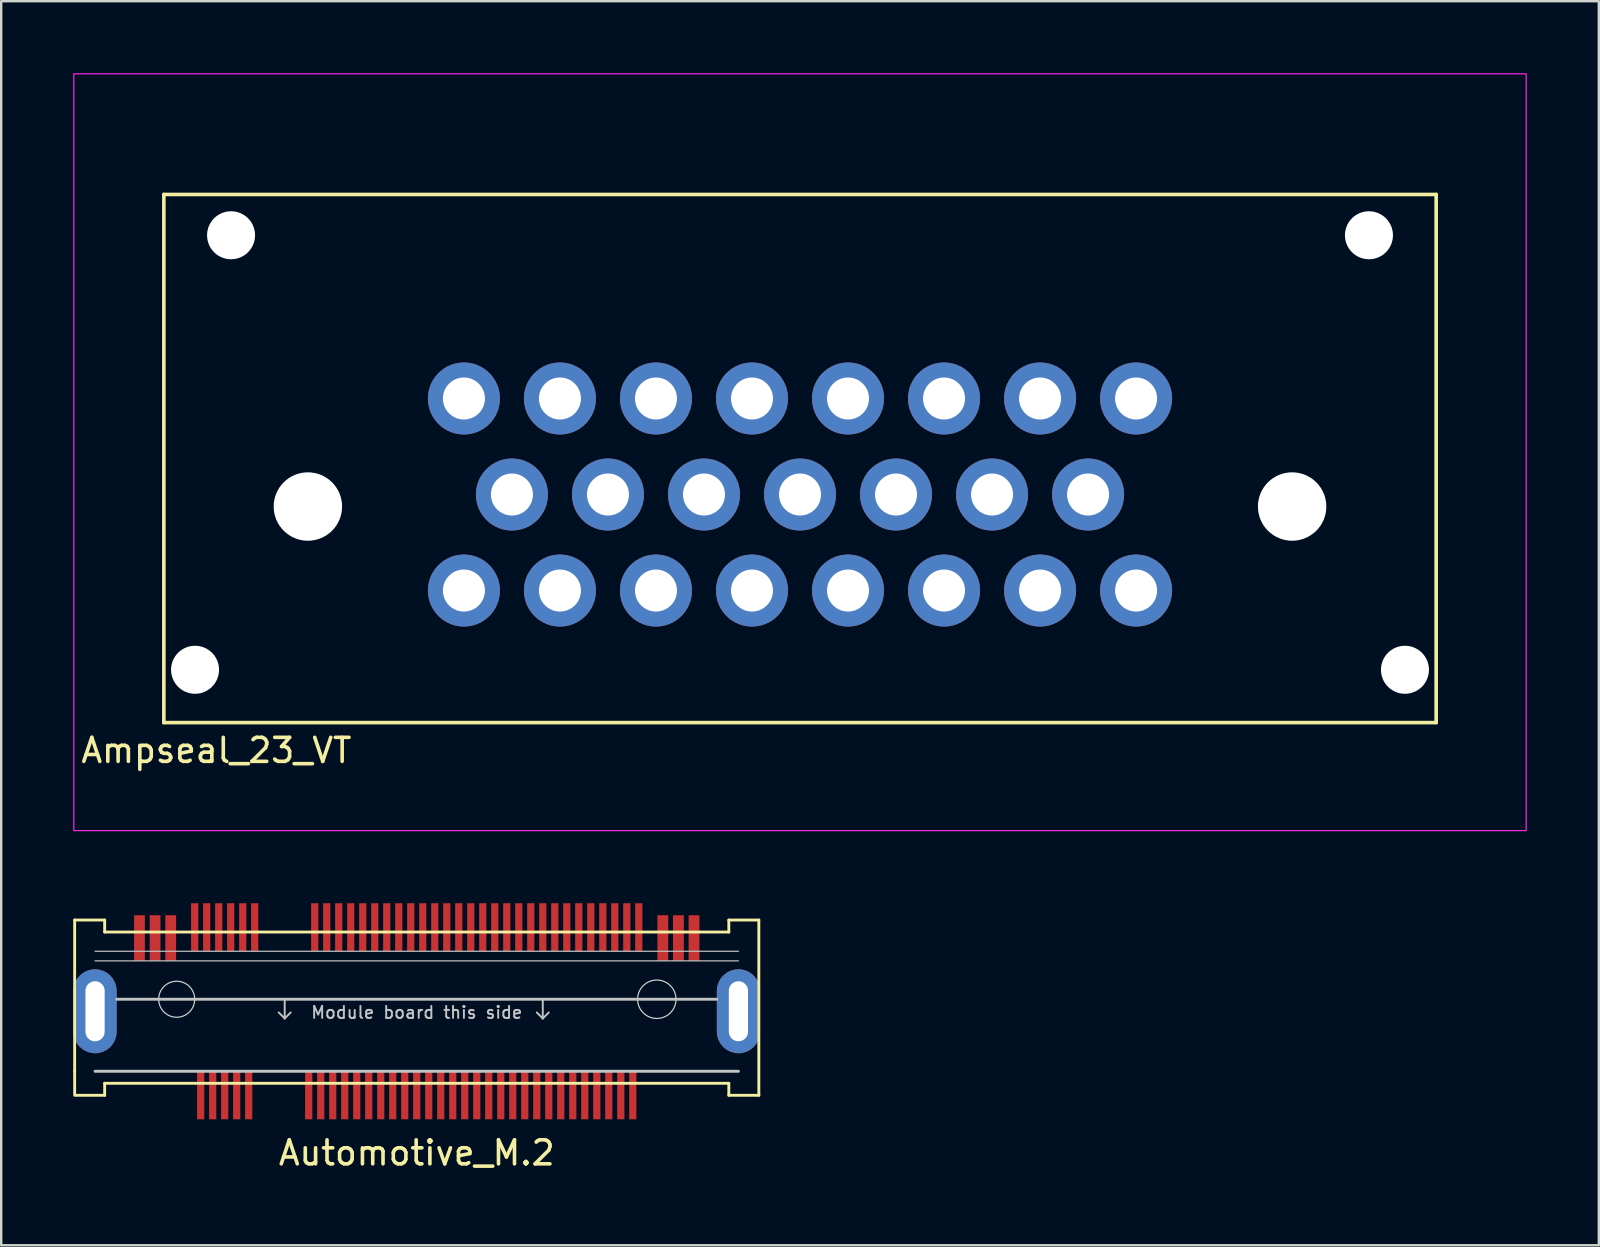
<source format=kicad_pcb>
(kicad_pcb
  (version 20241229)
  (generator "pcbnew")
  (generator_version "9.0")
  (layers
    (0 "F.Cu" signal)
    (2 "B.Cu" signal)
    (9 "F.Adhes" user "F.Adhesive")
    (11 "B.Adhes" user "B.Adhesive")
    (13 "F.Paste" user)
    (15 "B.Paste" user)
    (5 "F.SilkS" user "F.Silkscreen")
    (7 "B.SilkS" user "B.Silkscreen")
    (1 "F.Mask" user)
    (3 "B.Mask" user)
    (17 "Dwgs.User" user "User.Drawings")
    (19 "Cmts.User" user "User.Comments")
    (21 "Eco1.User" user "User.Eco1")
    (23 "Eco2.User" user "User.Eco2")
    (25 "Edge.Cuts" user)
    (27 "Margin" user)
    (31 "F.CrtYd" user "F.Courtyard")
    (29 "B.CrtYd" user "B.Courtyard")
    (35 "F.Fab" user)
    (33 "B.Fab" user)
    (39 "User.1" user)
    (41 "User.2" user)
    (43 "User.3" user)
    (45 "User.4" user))
  (footprint "Ampseal_23_VT"
    (layer "F.Cu")
    (at 30.275 17.55)
    (property "Reference" "Ampseal_23_VT" (at -24.31 10.66 0) (layer "F.SilkS") (effects (font (size 1 1) (thickness 0.15))))
    (attr through_hole)
    (fp_line (start -26.5 -12.5) (end 26.5 -12.5) (stroke (width 0.15) (type solid)) (layer "F.SilkS"))
    (fp_line (start -26.5 9.5) (end -26.5 -12.5) (stroke (width 0.15) (type solid)) (layer "F.SilkS"))
    (fp_line (start 26.5 -12.5) (end 26.5 9.5) (stroke (width 0.15) (type solid)) (layer "F.SilkS"))
    (fp_line (start 26.5 9.5) (end -26.5 9.5) (stroke (width 0.15) (type solid)) (layer "F.SilkS"))
    (fp_rect (start -30.25 -17.525) (end 30.25 14) (stroke (width 0.05) (type default)) (fill no) (layer "F.CrtYd"))
    (pad "" np_thru_hole circle (at -25.2 7.3) (size 2 2) (drill 2) (layers "*.Cu" "*.Mask"))
    (pad "" np_thru_hole circle (at -23.7 -10.8) (size 2 2) (drill 2) (layers "*.Cu" "*.Mask"))
    (pad "" np_thru_hole circle (at -20.5 0.5) (size 2.85 2.85) (drill 2.85) (layers "*.Cu" "*.Mask"))
    (pad "" np_thru_hole circle (at 20.5 0.5) (size 2.85 2.85) (drill 2.85) (layers "*.Cu" "*.Mask"))
    (pad "" np_thru_hole circle (at 23.7 -10.8) (size 2 2) (drill 2) (layers "*.Cu" "*.Mask"))
    (pad "" np_thru_hole circle (at 25.2 7.3) (size 2 2) (drill 2) (layers "*.Cu" "*.Mask"))
    (pad "1" thru_hole circle (at -14 -4) (size 3 3) (drill 1.75) (layers "*.Cu" "*.Mask"))
    (pad "2" thru_hole circle (at -10 -4) (size 3 3) (drill 1.75) (layers "*.Cu" "*.Mask"))
    (pad "3" thru_hole circle (at -6 -4) (size 3 3) (drill 1.75) (layers "*.Cu" "*.Mask"))
    (pad "4" thru_hole circle (at -2 -4) (size 3 3) (drill 1.75) (layers "*.Cu" "*.Mask"))
    (pad "5" thru_hole circle (at 2 -4) (size 3 3) (drill 1.75) (layers "*.Cu" "*.Mask"))
    (pad "6" thru_hole circle (at 6 -4) (size 3 3) (drill 1.75) (layers "*.Cu" "*.Mask"))
    (pad "7" thru_hole circle (at 10 -4) (size 3 3) (drill 1.75) (layers "*.Cu" "*.Mask"))
    (pad "8" thru_hole circle (at 14 -4) (size 3 3) (drill 1.75) (layers "*.Cu" "*.Mask"))
    (pad "9" thru_hole circle (at -12 0) (size 3 3) (drill 1.75) (layers "*.Cu" "*.Mask"))
    (pad "10" thru_hole circle (at -8 0) (size 3 3) (drill 1.75) (layers "*.Cu" "*.Mask"))
    (pad "11" thru_hole circle (at -4 0) (size 3 3) (drill 1.75) (layers "*.Cu" "*.Mask"))
    (pad "12" thru_hole circle (at 0 0 90) (size 3 3) (drill 1.75) (layers "*.Cu" "*.Mask"))
    (pad "13" thru_hole circle (at 4 0) (size 3 3) (drill 1.75) (layers "*.Cu" "*.Mask"))
    (pad "14" thru_hole circle (at 8 0) (size 3 3) (drill 1.75) (layers "*.Cu" "*.Mask"))
    (pad "15" thru_hole circle (at 12 0) (size 3 3) (drill 1.75) (layers "*.Cu" "*.Mask"))
    (pad "16" thru_hole circle (at -14 4) (size 3 3) (drill 1.75) (layers "*.Cu" "*.Mask"))
    (pad "17" thru_hole circle (at -10 4) (size 3 3) (drill 1.75) (layers "*.Cu" "*.Mask"))
    (pad "18" thru_hole circle (at -6 4) (size 3 3) (drill 1.75) (layers "*.Cu" "*.Mask"))
    (pad "19" thru_hole circle (at -2 4) (size 3 3) (drill 1.75) (layers "*.Cu" "*.Mask"))
    (pad "20" thru_hole circle (at 2 4) (size 3 3) (drill 1.75) (layers "*.Cu" "*.Mask"))
    (pad "21" thru_hole circle (at 6 4) (size 3 3) (drill 1.75) (layers "*.Cu" "*.Mask"))
    (pad "22" thru_hole circle (at 10 4) (size 3 3) (drill 1.75) (layers "*.Cu" "*.Mask"))
    (pad "23" thru_hole circle (at 14 4) (size 3 3) (drill 1.75) (layers "*.Cu" "*.Mask")))
  (footprint "Automotive_M.2"
    (layer "F.Cu")
    (at 14.31 38.575)
    (property "Reference" "Automotive_M.2" (at 0 6.4 0) (unlocked yes) (layer "F.SilkS") (effects (font (size 1 1) (thickness 0.15))))
    (attr through_hole)
    (fp_line (start -14.25 -3.3) (end -14.25 3) (stroke (width 0.12) (type solid)) (layer "F.SilkS"))
    (fp_line (start -14.25 3) (end -14.25 4) (stroke (width 0.12) (type solid)) (layer "F.SilkS"))
    (fp_line (start -14.2 4) (end -13 4) (stroke (width 0.12) (type solid)) (layer "F.SilkS"))
    (fp_line (start -13 -3.3) (end -14.25 -3.3) (stroke (width 0.12) (type solid)) (layer "F.SilkS"))
    (fp_line (start -13 -2.8) (end -13 -3.3) (stroke (width 0.12) (type solid)) (layer "F.SilkS"))
    (fp_line (start -13 3.5) (end 13 3.5) (stroke (width 0.12) (type solid)) (layer "F.SilkS"))
    (fp_line (start -13 4) (end -13 3.5) (stroke (width 0.12) (type solid)) (layer "F.SilkS"))
    (fp_line (start 13 -3.3) (end 13 -2.8) (stroke (width 0.12) (type solid)) (layer "F.SilkS"))
    (fp_line (start 13 -2.8) (end -13 -2.8) (stroke (width 0.12) (type solid)) (layer "F.SilkS"))
    (fp_line (start 13 3.5) (end 13 4) (stroke (width 0.12) (type solid)) (layer "F.SilkS"))
    (fp_line (start 13 4) (end 14.25 4) (stroke (width 0.12) (type solid)) (layer "F.SilkS"))
    (fp_line (start 14.25 -3.3) (end 13 -3.3) (stroke (width 0.12) (type solid)) (layer "F.SilkS"))
    (fp_line (start 14.25 4) (end 14.25 -3.3) (stroke (width 0.12) (type solid)) (layer "F.SilkS"))
    (fp_line (start -13.4 -2) (end 13.4 -2) (stroke (width 0.05) (type solid)) (layer "Dwgs.User"))
    (fp_line (start -13.4 -1.6) (end 13.4 -1.6) (stroke (width 0.05) (type solid)) (layer "Dwgs.User"))
    (fp_line (start -13.4 3) (end 13.4 3) (stroke (width 0.12) (type solid)) (layer "Dwgs.User"))
    (fp_line (start -12.5 0) (end 12.5 0) (stroke (width 0.12) (type solid)) (layer "Dwgs.User"))
    (fp_line (start -5.5 0) (end -5.5 0.8) (stroke (width 0.08) (type solid)) (layer "Dwgs.User"))
    (fp_line (start -5.5 0.8) (end -5.75 0.55) (stroke (width 0.08) (type solid)) (layer "Dwgs.User"))
    (fp_line (start -5.5 0.8) (end -5.25 0.55) (stroke (width 0.08) (type solid)) (layer "Dwgs.User"))
    (fp_line (start 5.25 0) (end 5.25 0.8) (stroke (width 0.08) (type solid)) (layer "Dwgs.User"))
    (fp_line (start 5.25 0.8) (end 5 0.55) (stroke (width 0.08) (type solid)) (layer "Dwgs.User"))
    (fp_line (start 5.25 0.8) (end 5.5 0.55) (stroke (width 0.08) (type solid)) (layer "Dwgs.User"))
    (fp_circle (center -10 0) (end -9.25 0) (stroke (width 0.05) (type solid)) (fill no) (layer "Edge.Cuts"))
    (fp_circle (center 10 0) (end 10.8 0) (stroke (width 0.05) (type solid)) (fill no) (layer "Edge.Cuts"))
    (fp_text user "Module board this side" (at 0 0.55 0) (unlocked yes) (layer "Dwgs.User") (effects (font (size 0.5 0.5) (thickness 0.08))))
    (pad "4" smd rect (at -9.25 -3) (size 0.3 2) (layers "F.Cu" "F.Mask" "F.Paste"))
    (pad "5" smd rect (at -8.75 -3) (size 0.3 2) (layers "F.Cu" "F.Mask" "F.Paste"))
    (pad "6" smd rect (at -8.25 -3) (size 0.3 2) (layers "F.Cu" "F.Mask" "F.Paste"))
    (pad "7" smd rect (at -7.75 -3) (size 0.3 2) (layers "F.Cu" "F.Mask" "F.Paste"))
    (pad "8" smd rect (at -7.25 -3) (size 0.3 2) (layers "F.Cu" "F.Mask" "F.Paste"))
    (pad "9" smd rect (at -6.75 -3) (size 0.3 2) (layers "F.Cu" "F.Mask" "F.Paste"))
    (pad "10" smd rect (at -4.25 -3) (size 0.3 2) (layers "F.Cu" "F.Mask" "F.Paste"))
    (pad "11" smd rect (at -3.75 -3) (size 0.3 2) (layers "F.Cu" "F.Mask" "F.Paste"))
    (pad "12" smd rect (at -3.25 -3) (size 0.3 2) (layers "F.Cu" "F.Mask" "F.Paste"))
    (pad "13" smd rect (at -2.75 -3) (size 0.3 2) (layers "F.Cu" "F.Mask" "F.Paste"))
    (pad "14" smd rect (at -2.25 -3) (size 0.3 2) (layers "F.Cu" "F.Mask" "F.Paste"))
    (pad "15" smd rect (at -1.75 -3) (size 0.3 2) (layers "F.Cu" "F.Mask" "F.Paste"))
    (pad "16" smd rect (at -1.25 -3) (size 0.3 2) (layers "F.Cu" "F.Mask" "F.Paste"))
    (pad "17" smd rect (at -0.75 -3) (size 0.3 2) (layers "F.Cu" "F.Mask" "F.Paste"))
    (pad "18" smd rect (at -0.25 -3) (size 0.3 2) (layers "F.Cu" "F.Mask" "F.Paste"))
    (pad "19" smd rect (at 0.25 -3) (size 0.3 2) (layers "F.Cu" "F.Mask" "F.Paste"))
    (pad "20" smd rect (at 0.75 -3) (size 0.3 2) (layers "F.Cu" "F.Mask" "F.Paste"))
    (pad "21" smd rect (at 1.25 -3) (size 0.3 2) (layers "F.Cu" "F.Mask" "F.Paste"))
    (pad "22" smd rect (at 1.75 -3) (size 0.3 2) (layers "F.Cu" "F.Mask" "F.Paste"))
    (pad "23" smd rect (at 2.25 -3) (size 0.3 2) (layers "F.Cu" "F.Mask" "F.Paste"))
    (pad "24" smd rect (at 2.75 -3) (size 0.3 2) (layers "F.Cu" "F.Mask" "F.Paste"))
    (pad "25" smd rect (at 3.25 -3) (size 0.3 2) (layers "F.Cu" "F.Mask" "F.Paste"))
    (pad "26" smd rect (at 3.75 -3) (size 0.3 2) (layers "F.Cu" "F.Mask" "F.Paste"))
    (pad "27" smd rect (at 4.25 -3) (size 0.3 2) (layers "F.Cu" "F.Mask" "F.Paste"))
    (pad "28" smd rect (at 4.75 -3) (size 0.3 2) (layers "F.Cu" "F.Mask" "F.Paste"))
    (pad "29" smd rect (at 5.25 -3) (size 0.3 2) (layers "F.Cu" "F.Mask" "F.Paste"))
    (pad "30" smd rect (at 5.75 -3) (size 0.3 2) (layers "F.Cu" "F.Mask" "F.Paste"))
    (pad "31" smd rect (at 6.25 -3) (size 0.3 2) (layers "F.Cu" "F.Mask" "F.Paste"))
    (pad "32" smd rect (at 6.75 -3) (size 0.3 2) (layers "F.Cu" "F.Mask" "F.Paste"))
    (pad "33" smd rect (at 7.25 -3) (size 0.3 2) (layers "F.Cu" "F.Mask" "F.Paste"))
    (pad "34" smd rect (at 7.75 -3) (size 0.3 2) (layers "F.Cu" "F.Mask" "F.Paste"))
    (pad "35" smd rect (at 8.25 -3) (size 0.3 2) (layers "F.Cu" "F.Mask" "F.Paste"))
    (pad "36" smd rect (at 8.75 -3) (size 0.3 2) (layers "F.Cu" "F.Mask" "F.Paste"))
    (pad "37" smd rect (at 9.25 -3) (size 0.3 2) (layers "F.Cu" "F.Mask" "F.Paste"))
    (pad "41" smd rect (at -9 4) (size 0.3 2) (layers "F.Cu" "F.Mask" "F.Paste"))
    (pad "42" smd rect (at -8.5 4) (size 0.3 2) (layers "F.Cu" "F.Mask" "F.Paste"))
    (pad "43" smd rect (at -8 4) (size 0.3 2) (layers "F.Cu" "F.Mask" "F.Paste"))
    (pad "44" smd rect (at -7.5 4) (size 0.3 2) (layers "F.Cu" "F.Mask" "F.Paste"))
    (pad "45" smd rect (at -7 4) (size 0.3 2) (layers "F.Cu" "F.Mask" "F.Paste"))
    (pad "46" smd rect (at -4.5 4) (size 0.3 2) (layers "F.Cu" "F.Mask" "F.Paste"))
    (pad "47" smd rect (at -4 4) (size 0.3 2) (layers "F.Cu" "F.Mask" "F.Paste"))
    (pad "48" smd rect (at -3.5 4) (size 0.3 2) (layers "F.Cu" "F.Mask" "F.Paste"))
    (pad "49" smd rect (at -3 4) (size 0.3 2) (layers "F.Cu" "F.Mask" "F.Paste"))
    (pad "50" smd rect (at -2.5 4) (size 0.3 2) (layers "F.Cu" "F.Mask" "F.Paste"))
    (pad "51" smd rect (at -2 4) (size 0.3 2) (layers "F.Cu" "F.Mask" "F.Paste"))
    (pad "52" smd rect (at -1.5 4) (size 0.3 2) (layers "F.Cu" "F.Mask" "F.Paste"))
    (pad "53" smd rect (at -1 4) (size 0.3 2) (layers "F.Cu" "F.Mask" "F.Paste"))
    (pad "54" smd rect (at -0.5 4) (size 0.3 2) (layers "F.Cu" "F.Mask" "F.Paste"))
    (pad "55" smd rect (at 0 4) (size 0.3 2) (layers "F.Cu" "F.Mask" "F.Paste"))
    (pad "56" smd rect (at 0.5 4) (size 0.3 2) (layers "F.Cu" "F.Mask" "F.Paste"))
    (pad "57" smd rect (at 1 4) (size 0.3 2) (layers "F.Cu" "F.Mask" "F.Paste"))
    (pad "58" smd rect (at 1.5 4) (size 0.3 2) (layers "F.Cu" "F.Mask" "F.Paste"))
    (pad "59" smd rect (at 2 4) (size 0.3 2) (layers "F.Cu" "F.Mask" "F.Paste"))
    (pad "60" smd rect (at 2.5 4) (size 0.3 2) (layers "F.Cu" "F.Mask" "F.Paste"))
    (pad "61" smd rect (at 3 4) (size 0.3 2) (layers "F.Cu" "F.Mask" "F.Paste"))
    (pad "62" smd rect (at 3.5 4) (size 0.3 2) (layers "F.Cu" "F.Mask" "F.Paste"))
    (pad "63" smd rect (at 4 4) (size 0.3 2) (layers "F.Cu" "F.Mask" "F.Paste"))
    (pad "64" smd rect (at 4.5 4) (size 0.3 2) (layers "F.Cu" "F.Mask" "F.Paste"))
    (pad "65" smd rect (at 5 4) (size 0.3 2) (layers "F.Cu" "F.Mask" "F.Paste"))
    (pad "66" smd rect (at 5.5 4) (size 0.3 2) (layers "F.Cu" "F.Mask" "F.Paste"))
    (pad "67" smd rect (at 6 4) (size 0.3 2) (layers "F.Cu" "F.Mask" "F.Paste"))
    (pad "68" smd rect (at 6.5 4) (size 0.3 2) (layers "F.Cu" "F.Mask" "F.Paste"))
    (pad "69" smd rect (at 7 4) (size 0.3 2) (layers "F.Cu" "F.Mask" "F.Paste"))
    (pad "70" smd rect (at 7.5 4) (size 0.3 2) (layers "F.Cu" "F.Mask" "F.Paste"))
    (pad "71" smd rect (at 8 4) (size 0.3 2) (layers "F.Cu" "F.Mask" "F.Paste"))
    (pad "72" smd rect (at 8.5 4) (size 0.3 2) (layers "F.Cu" "F.Mask" "F.Paste"))
    (pad "73" smd rect (at 9 4) (size 0.3 2) (layers "F.Cu" "F.Mask" "F.Paste"))
    (pad "75" thru_hole roundrect (at -13.4 0.5) (size 1.8 3.5) (drill oval 0.8 2.5) (layers "*.Cu" "*.Mask") (roundrect_rratio 0.5))
    (pad "76" thru_hole roundrect (at 13.4 0.5) (size 1.8 3.5) (drill oval 0.8 2.5) (layers "*.Cu" "*.Mask") (roundrect_rratio 0.5))
    (pad "P1" smd rect (at -11.55 -2.55) (size 0.45 1.9) (layers "F.Cu" "F.Mask" "F.Paste"))
    (pad "P2" smd rect (at -10.9 -2.55) (size 0.45 1.9) (layers "F.Cu" "F.Mask" "F.Paste"))
    (pad "P3" smd rect (at -10.25 -2.55) (size 0.45 1.9) (layers "F.Cu" "F.Mask" "F.Paste"))
    (pad "P38" smd rect (at 10.25 -2.55) (size 0.45 1.9) (layers "F.Cu" "F.Mask" "F.Paste"))
    (pad "P39" smd rect (at 10.9 -2.55) (size 0.45 1.9) (layers "F.Cu" "F.Mask" "F.Paste"))
    (pad "P40" smd rect (at 11.55 -2.55) (size 0.45 1.9) (layers "F.Cu" "F.Mask" "F.Paste"))
    (zone (net_name "") (layers "F.Cu" "Dwgs.User") (hatch edge 0.508) (connect_pads) (min_thickness 0.254) (filled_areas_thickness no) (keepout (tracks allowed) (vias allowed) (pads allowed) (copperpour allowed) (footprints not_allowed)) (placement (enabled no)) (fill) (polygon (pts (xy 1.31 35.775) (xy 27.31 35.775) (xy 27.31 35.275) (xy 28.56 35.275) (xy 28.56 42.575) (xy 27.31 42.575) (xy 27.31 42.075) (xy 1.31 42.075) (xy 1.31 42.575) (xy 0.06 42.575) (xy 0.06 35.275) (xy 1.31 35.275)))))
  (gr_rect
    (start -3 -3)
    (end 63.55 48.824)
    (stroke (width 0.1) (type default))
    (fill no)
    (layer "Edge.Cuts")))
</source>
